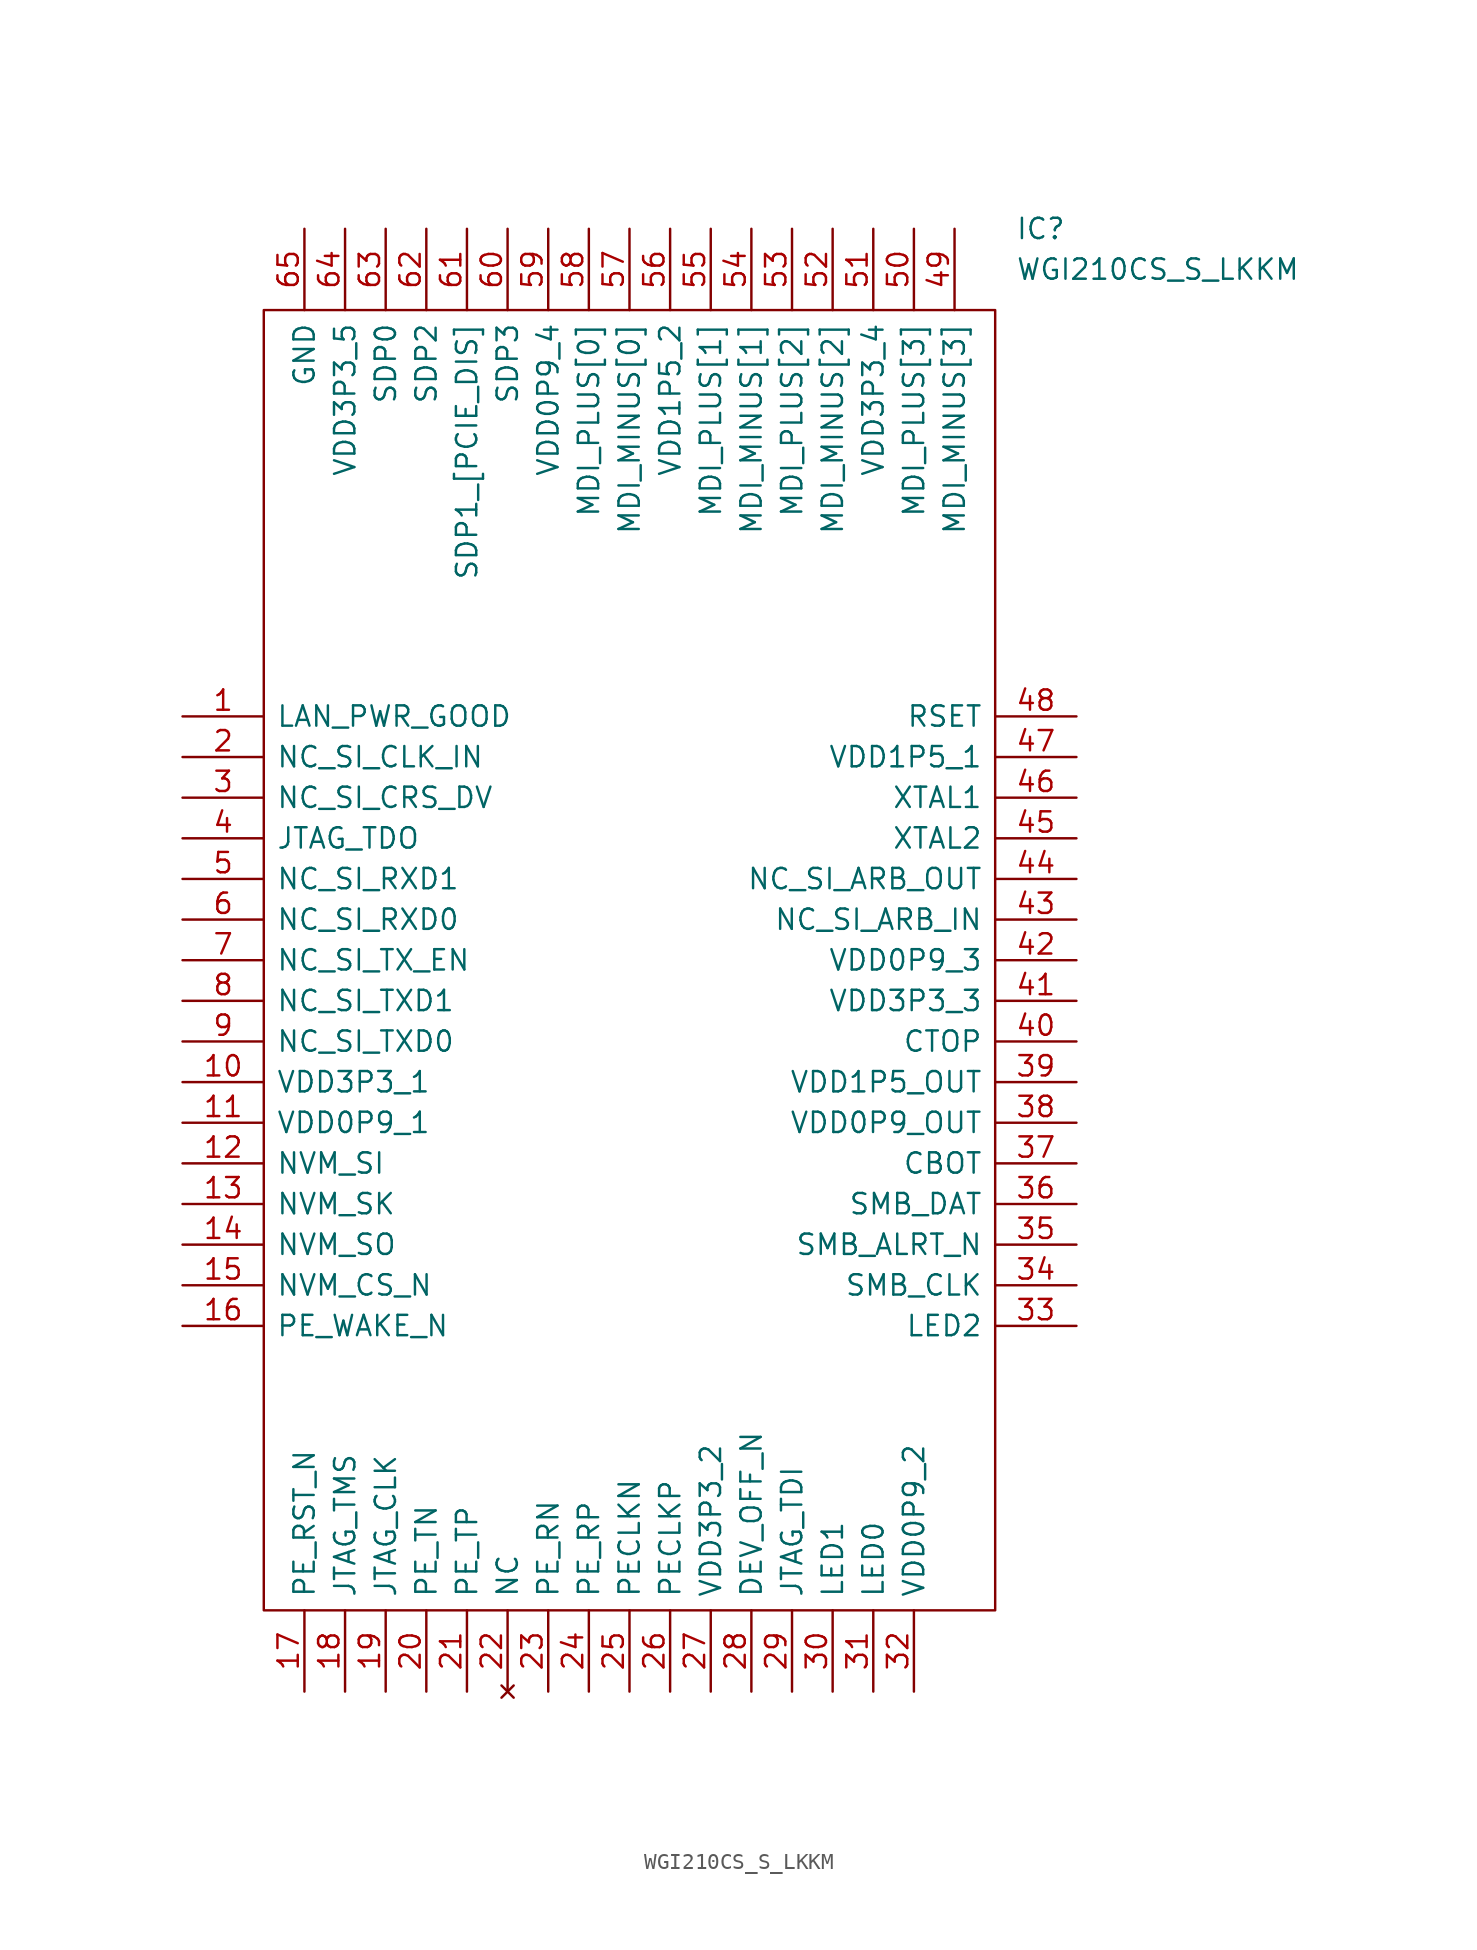
<source format=kicad_sym>
(kicad_symbol_lib
  (version 20201005)
  (generator kicad_symbol_editor)
  (symbol "AP3500:WGI210CS_S_LKKM"
    (pin_names
      (offset 0.762))
    (property "Reference" "IC"
      (at 52.07 30.48 0)
      (effects (font (size 1.27 1.27)) (justify left)))
    (property "Value" "WGI210CS_S_LKKM"
      (at 52.07 27.94 0)
      (effects (font (size 1.27 1.27)) (justify left)))
    (symbol "WGI210CS_S_LKKM_0_1"
      (polyline (pts (xy 5.08 25.4) (xy 50.8 25.4) (xy 50.8 -55.88) (xy 5.08 -55.88) (xy 5.08 25.4)) (stroke (width 0.152)) (fill (type none))))
    (symbol "WGI210CS_S_LKKM_0_0"
      (pin passive line (at 0 0 0) (length 5.08) (name "LAN_PWR_GOOD" (effects (font (size 1.27 1.27)))) (number "1" (effects (font (size 1.27 1.27)))))
      (pin passive line (at 0 -2.54 0) (length 5.08) (name "NC_SI_CLK_IN" (effects (font (size 1.27 1.27)))) (number "2" (effects (font (size 1.27 1.27)))))
      (pin passive line (at 0 -5.08 0) (length 5.08) (name "NC_SI_CRS_DV" (effects (font (size 1.27 1.27)))) (number "3" (effects (font (size 1.27 1.27)))))
      (pin passive line (at 0 -7.62 0) (length 5.08) (name "JTAG_TDO" (effects (font (size 1.27 1.27)))) (number "4" (effects (font (size 1.27 1.27)))))
      (pin passive line (at 0 -10.16 0) (length 5.08) (name "NC_SI_RXD1" (effects (font (size 1.27 1.27)))) (number "5" (effects (font (size 1.27 1.27)))))
      (pin passive line (at 0 -12.7 0) (length 5.08) (name "NC_SI_RXD0" (effects (font (size 1.27 1.27)))) (number "6" (effects (font (size 1.27 1.27)))))
      (pin passive line (at 0 -15.24 0) (length 5.08) (name "NC_SI_TX_EN" (effects (font (size 1.27 1.27)))) (number "7" (effects (font (size 1.27 1.27)))))
      (pin passive line (at 0 -17.78 0) (length 5.08) (name "NC_SI_TXD1" (effects (font (size 1.27 1.27)))) (number "8" (effects (font (size 1.27 1.27)))))
      (pin passive line (at 0 -20.32 0) (length 5.08) (name "NC_SI_TXD0" (effects (font (size 1.27 1.27)))) (number "9" (effects (font (size 1.27 1.27)))))
      (pin passive line (at 0 -22.86 0) (length 5.08) (name "VDD3P3_1" (effects (font (size 1.27 1.27)))) (number "10" (effects (font (size 1.27 1.27)))))
      (pin passive line (at 0 -25.4 0) (length 5.08) (name "VDD0P9_1" (effects (font (size 1.27 1.27)))) (number "11" (effects (font (size 1.27 1.27)))))
      (pin passive line (at 0 -27.94 0) (length 5.08) (name "NVM_SI" (effects (font (size 1.27 1.27)))) (number "12" (effects (font (size 1.27 1.27)))))
      (pin passive line (at 0 -30.48 0) (length 5.08) (name "NVM_SK" (effects (font (size 1.27 1.27)))) (number "13" (effects (font (size 1.27 1.27)))))
      (pin passive line (at 0 -33.02 0) (length 5.08) (name "NVM_SO" (effects (font (size 1.27 1.27)))) (number "14" (effects (font (size 1.27 1.27)))))
      (pin passive line (at 0 -35.56 0) (length 5.08) (name "NVM_CS_N" (effects (font (size 1.27 1.27)))) (number "15" (effects (font (size 1.27 1.27)))))
      (pin passive line (at 0 -38.1 0) (length 5.08) (name "PE_WAKE_N" (effects (font (size 1.27 1.27)))) (number "16" (effects (font (size 1.27 1.27)))))
      (pin passive line (at 7.62 -60.96 90) (length 5.08) (name "PE_RST_N" (effects (font (size 1.27 1.27)))) (number "17" (effects (font (size 1.27 1.27)))))
      (pin passive line (at 10.16 -60.96 90) (length 5.08) (name "JTAG_TMS" (effects (font (size 1.27 1.27)))) (number "18" (effects (font (size 1.27 1.27)))))
      (pin passive line (at 12.7 -60.96 90) (length 5.08) (name "JTAG_CLK" (effects (font (size 1.27 1.27)))) (number "19" (effects (font (size 1.27 1.27)))))
      (pin passive line (at 15.24 -60.96 90) (length 5.08) (name "PE_TN" (effects (font (size 1.27 1.27)))) (number "20" (effects (font (size 1.27 1.27)))))
      (pin passive line (at 17.78 -60.96 90) (length 5.08) (name "PE_TP" (effects (font (size 1.27 1.27)))) (number "21" (effects (font (size 1.27 1.27)))))
      (pin unconnected line (at 20.32 -60.96 90) (length 5.08) (name "NC" (effects (font (size 1.27 1.27)))) (number "22" (effects (font (size 1.27 1.27)))))
      (pin passive line (at 22.86 -60.96 90) (length 5.08) (name "PE_RN" (effects (font (size 1.27 1.27)))) (number "23" (effects (font (size 1.27 1.27)))))
      (pin passive line (at 25.4 -60.96 90) (length 5.08) (name "PE_RP" (effects (font (size 1.27 1.27)))) (number "24" (effects (font (size 1.27 1.27)))))
      (pin passive line (at 27.94 -60.96 90) (length 5.08) (name "PECLKN" (effects (font (size 1.27 1.27)))) (number "25" (effects (font (size 1.27 1.27)))))
      (pin passive line (at 30.48 -60.96 90) (length 5.08) (name "PECLKP" (effects (font (size 1.27 1.27)))) (number "26" (effects (font (size 1.27 1.27)))))
      (pin passive line (at 33.02 -60.96 90) (length 5.08) (name "VDD3P3_2" (effects (font (size 1.27 1.27)))) (number "27" (effects (font (size 1.27 1.27)))))
      (pin passive line (at 35.56 -60.96 90) (length 5.08) (name "DEV_OFF_N" (effects (font (size 1.27 1.27)))) (number "28" (effects (font (size 1.27 1.27)))))
      (pin passive line (at 38.1 -60.96 90) (length 5.08) (name "JTAG_TDI" (effects (font (size 1.27 1.27)))) (number "29" (effects (font (size 1.27 1.27)))))
      (pin passive line (at 40.64 -60.96 90) (length 5.08) (name "LED1" (effects (font (size 1.27 1.27)))) (number "30" (effects (font (size 1.27 1.27)))))
      (pin passive line (at 43.18 -60.96 90) (length 5.08) (name "LED0" (effects (font (size 1.27 1.27)))) (number "31" (effects (font (size 1.27 1.27)))))
      (pin passive line (at 45.72 -60.96 90) (length 5.08) (name "VDD0P9_2" (effects (font (size 1.27 1.27)))) (number "32" (effects (font (size 1.27 1.27)))))
      (pin passive line (at 55.88 0 180) (length 5.08) (name "RSET" (effects (font (size 1.27 1.27)))) (number "48" (effects (font (size 1.27 1.27)))))
      (pin passive line (at 55.88 -2.54 180) (length 5.08) (name "VDD1P5_1" (effects (font (size 1.27 1.27)))) (number "47" (effects (font (size 1.27 1.27)))))
      (pin passive line (at 55.88 -5.08 180) (length 5.08) (name "XTAL1" (effects (font (size 1.27 1.27)))) (number "46" (effects (font (size 1.27 1.27)))))
      (pin passive line (at 55.88 -7.62 180) (length 5.08) (name "XTAL2" (effects (font (size 1.27 1.27)))) (number "45" (effects (font (size 1.27 1.27)))))
      (pin passive line (at 55.88 -10.16 180) (length 5.08) (name "NC_SI_ARB_OUT" (effects (font (size 1.27 1.27)))) (number "44" (effects (font (size 1.27 1.27)))))
      (pin passive line (at 55.88 -12.7 180) (length 5.08) (name "NC_SI_ARB_IN" (effects (font (size 1.27 1.27)))) (number "43" (effects (font (size 1.27 1.27)))))
      (pin passive line (at 55.88 -15.24 180) (length 5.08) (name "VDD0P9_3" (effects (font (size 1.27 1.27)))) (number "42" (effects (font (size 1.27 1.27)))))
      (pin passive line (at 55.88 -17.78 180) (length 5.08) (name "VDD3P3_3" (effects (font (size 1.27 1.27)))) (number "41" (effects (font (size 1.27 1.27)))))
      (pin passive line (at 55.88 -20.32 180) (length 5.08) (name "CTOP" (effects (font (size 1.27 1.27)))) (number "40" (effects (font (size 1.27 1.27)))))
      (pin passive line (at 55.88 -22.86 180) (length 5.08) (name "VDD1P5_OUT" (effects (font (size 1.27 1.27)))) (number "39" (effects (font (size 1.27 1.27)))))
      (pin passive line (at 55.88 -25.4 180) (length 5.08) (name "VDD0P9_OUT" (effects (font (size 1.27 1.27)))) (number "38" (effects (font (size 1.27 1.27)))))
      (pin passive line (at 55.88 -27.94 180) (length 5.08) (name "CBOT" (effects (font (size 1.27 1.27)))) (number "37" (effects (font (size 1.27 1.27)))))
      (pin passive line (at 55.88 -30.48 180) (length 5.08) (name "SMB_DAT" (effects (font (size 1.27 1.27)))) (number "36" (effects (font (size 1.27 1.27)))))
      (pin passive line (at 55.88 -33.02 180) (length 5.08) (name "SMB_ALRT_N" (effects (font (size 1.27 1.27)))) (number "35" (effects (font (size 1.27 1.27)))))
      (pin passive line (at 55.88 -35.56 180) (length 5.08) (name "SMB_CLK" (effects (font (size 1.27 1.27)))) (number "34" (effects (font (size 1.27 1.27)))))
      (pin passive line (at 55.88 -38.1 180) (length 5.08) (name "LED2" (effects (font (size 1.27 1.27)))) (number "33" (effects (font (size 1.27 1.27)))))
      (pin passive line (at 7.62 30.48 270) (length 5.08) (name "GND" (effects (font (size 1.27 1.27)))) (number "65" (effects (font (size 1.27 1.27)))))
      (pin passive line (at 10.16 30.48 270) (length 5.08) (name "VDD3P3_5" (effects (font (size 1.27 1.27)))) (number "64" (effects (font (size 1.27 1.27)))))
      (pin passive line (at 12.7 30.48 270) (length 5.08) (name "SDP0" (effects (font (size 1.27 1.27)))) (number "63" (effects (font (size 1.27 1.27)))))
      (pin passive line (at 15.24 30.48 270) (length 5.08) (name "SDP2" (effects (font (size 1.27 1.27)))) (number "62" (effects (font (size 1.27 1.27)))))
      (pin passive line (at 17.78 30.48 270) (length 5.08) (name "SDP1_[PCIE_DIS]" (effects (font (size 1.27 1.27)))) (number "61" (effects (font (size 1.27 1.27)))))
      (pin passive line (at 20.32 30.48 270) (length 5.08) (name "SDP3" (effects (font (size 1.27 1.27)))) (number "60" (effects (font (size 1.27 1.27)))))
      (pin passive line (at 22.86 30.48 270) (length 5.08) (name "VDD0P9_4" (effects (font (size 1.27 1.27)))) (number "59" (effects (font (size 1.27 1.27)))))
      (pin passive line (at 25.4 30.48 270) (length 5.08) (name "MDI_PLUS[0]" (effects (font (size 1.27 1.27)))) (number "58" (effects (font (size 1.27 1.27)))))
      (pin passive line (at 27.94 30.48 270) (length 5.08) (name "MDI_MINUS[0]" (effects (font (size 1.27 1.27)))) (number "57" (effects (font (size 1.27 1.27)))))
      (pin passive line (at 30.48 30.48 270) (length 5.08) (name "VDD1P5_2" (effects (font (size 1.27 1.27)))) (number "56" (effects (font (size 1.27 1.27)))))
      (pin passive line (at 33.02 30.48 270) (length 5.08) (name "MDI_PLUS[1]" (effects (font (size 1.27 1.27)))) (number "55" (effects (font (size 1.27 1.27)))))
      (pin passive line (at 35.56 30.48 270) (length 5.08) (name "MDI_MINUS[1]" (effects (font (size 1.27 1.27)))) (number "54" (effects (font (size 1.27 1.27)))))
      (pin passive line (at 38.1 30.48 270) (length 5.08) (name "MDI_PLUS[2]" (effects (font (size 1.27 1.27)))) (number "53" (effects (font (size 1.27 1.27)))))
      (pin passive line (at 40.64 30.48 270) (length 5.08) (name "MDI_MINUS[2]" (effects (font (size 1.27 1.27)))) (number "52" (effects (font (size 1.27 1.27)))))
      (pin passive line (at 43.18 30.48 270) (length 5.08) (name "VDD3P3_4" (effects (font (size 1.27 1.27)))) (number "51" (effects (font (size 1.27 1.27)))))
      (pin passive line (at 45.72 30.48 270) (length 5.08) (name "MDI_PLUS[3]" (effects (font (size 1.27 1.27)))) (number "50" (effects (font (size 1.27 1.27)))))
      (pin passive line (at 48.26 30.48 270) (length 5.08) (name "MDI_MINUS[3]" (effects (font (size 1.27 1.27)))) (number "49" (effects (font (size 1.27 1.27))))))))
</source>
